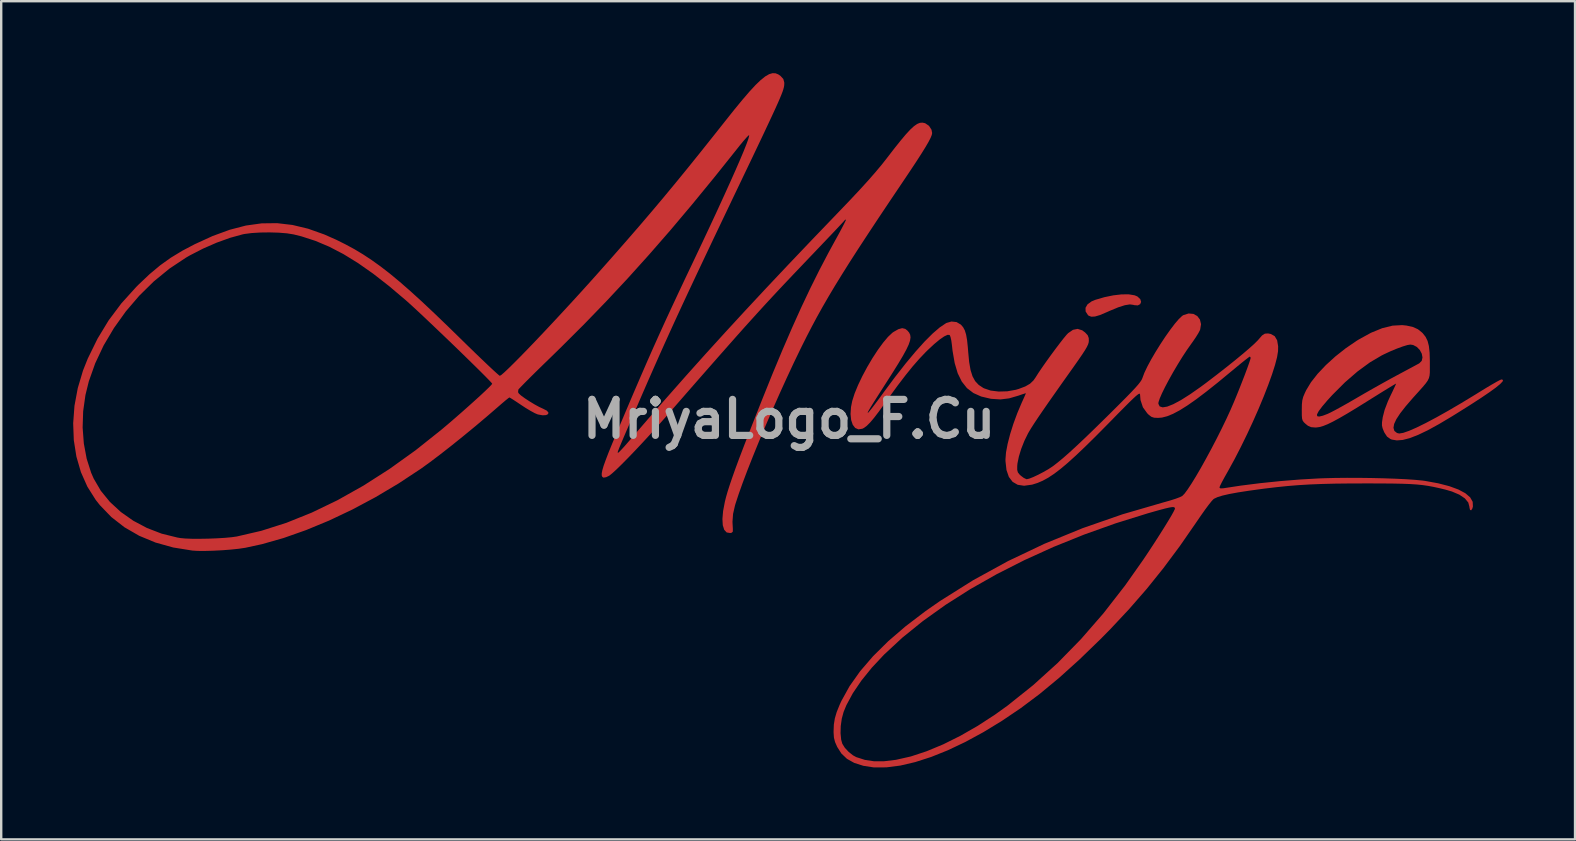
<source format=kicad_pcb>
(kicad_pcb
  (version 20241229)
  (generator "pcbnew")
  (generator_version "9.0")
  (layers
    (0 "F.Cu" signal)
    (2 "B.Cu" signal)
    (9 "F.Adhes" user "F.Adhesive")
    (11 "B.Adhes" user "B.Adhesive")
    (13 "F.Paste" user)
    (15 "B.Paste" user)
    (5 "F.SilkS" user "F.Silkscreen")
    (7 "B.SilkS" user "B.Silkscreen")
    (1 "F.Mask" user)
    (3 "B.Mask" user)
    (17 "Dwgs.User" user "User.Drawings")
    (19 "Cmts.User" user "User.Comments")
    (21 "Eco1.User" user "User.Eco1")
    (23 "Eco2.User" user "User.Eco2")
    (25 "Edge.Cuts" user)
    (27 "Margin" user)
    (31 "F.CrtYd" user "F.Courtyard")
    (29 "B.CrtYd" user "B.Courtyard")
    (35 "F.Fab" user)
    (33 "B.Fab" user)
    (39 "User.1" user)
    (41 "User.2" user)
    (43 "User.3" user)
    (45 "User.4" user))
  (footprint "MriyaLogo_F.Cu"
    (layer "F.Cu")
    (at 29.838 14.417)
    (property "Reference" "MriyaLogo_F.Cu" (at 0 0 0) (layer "F.Fab") (effects (font (size 1.5 1.5) (thickness 0.3))))
    (attr board_only exclude_from_pos_files exclude_from_bom)
    (fp_poly (pts (xy 14.399 -5.16) (xy 14.516 -5.111) (xy 14.636 -5) (xy 14.671 -4.886) (xy 14.633 -4.791) (xy 14.532 -4.738) (xy 14.38 -4.75) (xy 14.349 -4.761) (xy 14.202 -4.78) (xy 13.994 -4.747) (xy 13.719 -4.659) (xy 13.37 -4.515) (xy 13.238 -4.456) (xy 12.959 -4.337) (xy 12.748 -4.275) (xy 12.594 -4.267) (xy 12.483 -4.311) (xy 12.456 -4.334) (xy 12.358 -4.486) (xy 12.354 -4.639) (xy 12.438 -4.783) (xy 12.607 -4.906) (xy 12.754 -4.968) (xy 13.14 -5.081) (xy 13.515 -5.158) (xy 13.861 -5.198) (xy 14.161 -5.199)) (stroke (width 0) (type solid)) (fill yes) (layer "F.Cu"))
    (fp_poly (pts (xy 25.733 -3.898) (xy 26.002 -3.838) (xy 26.207 -3.745) (xy 26.384 -3.603) (xy 26.413 -3.573) (xy 26.528 -3.427) (xy 26.611 -3.257) (xy 26.665 -3.045) (xy 26.695 -2.774) (xy 26.705 -2.425) (xy 26.705 -2.33) (xy 26.705 -2.113) (xy 26.705 -1.948) (xy 26.694 -1.819) (xy 26.667 -1.709) (xy 26.615 -1.602) (xy 26.531 -1.483) (xy 26.405 -1.334) (xy 26.232 -1.14) (xy 26.009 -0.893) (xy 25.702 -0.538) (xy 25.469 -0.24) (xy 25.308 0.005) (xy 25.216 0.204) (xy 25.189 0.362) (xy 25.224 0.484) (xy 25.232 0.497) (xy 25.338 0.58) (xy 25.43 0.601) (xy 25.597 0.573) (xy 25.839 0.489) (xy 26.153 0.352) (xy 26.533 0.165) (xy 26.974 -0.069) (xy 27.471 -0.348) (xy 28.018 -0.668) (xy 28.611 -1.028) (xy 28.798 -1.144) (xy 29.057 -1.303) (xy 29.29 -1.441) (xy 29.482 -1.551) (xy 29.62 -1.625) (xy 29.689 -1.653) (xy 29.691 -1.653) (xy 29.755 -1.632) (xy 29.737 -1.568) (xy 29.635 -1.461) (xy 29.45 -1.309) (xy 29.179 -1.113) (xy 28.823 -0.872) (xy 28.38 -0.585) (xy 27.85 -0.252) (xy 27.629 -0.115) (xy 27.091 0.206) (xy 26.622 0.464) (xy 26.216 0.658) (xy 25.869 0.793) (xy 25.575 0.869) (xy 25.328 0.888) (xy 25.122 0.854) (xy 25.06 0.829) (xy 24.921 0.73) (xy 24.81 0.561) (xy 24.789 0.515) (xy 24.734 0.378) (xy 24.709 0.263) (xy 24.711 0.132) (xy 24.738 -0.055) (xy 24.741 -0.075) (xy 24.819 -0.38) (xy 24.956 -0.74) (xy 25.05 -0.944) (xy 25.149 -1.15) (xy 25.229 -1.32) (xy 25.282 -1.437) (xy 25.3 -1.48) (xy 25.259 -1.459) (xy 25.145 -1.392) (xy 24.967 -1.284) (xy 24.737 -1.143) (xy 24.466 -0.974) (xy 24.164 -0.786) (xy 24.135 -0.767) (xy 23.667 -0.476) (xy 23.273 -0.237) (xy 22.944 -0.046) (xy 22.672 0.102) (xy 22.448 0.212) (xy 22.263 0.286) (xy 22.109 0.331) (xy 21.977 0.349) (xy 21.934 0.351) (xy 21.757 0.336) (xy 21.625 0.279) (xy 21.531 0.204) (xy 21.453 0.131) (xy 21.405 0.063) (xy 21.379 -0.024) (xy 21.369 -0.157) (xy 21.369 -0.197) (xy 22.002 -0.197) (xy 22.008 -0.123) (xy 22.09 -0.105) (xy 22.247 -0.142) (xy 22.444 -0.217) (xy 22.572 -0.278) (xy 22.768 -0.38) (xy 23.014 -0.514) (xy 23.291 -0.67) (xy 23.582 -0.838) (xy 23.63 -0.866) (xy 23.972 -1.065) (xy 24.351 -1.281) (xy 24.734 -1.496) (xy 25.09 -1.693) (xy 25.334 -1.825) (xy 25.6 -1.967) (xy 25.844 -2.098) (xy 26.049 -2.208) (xy 26.197 -2.288) (xy 26.264 -2.324) (xy 26.367 -2.428) (xy 26.398 -2.569) (xy 26.368 -2.727) (xy 26.286 -2.88) (xy 26.163 -3.007) (xy 26.009 -3.088) (xy 25.891 -3.106) (xy 25.765 -3.085) (xy 25.572 -3.026) (xy 25.335 -2.939) (xy 25.074 -2.831) (xy 24.813 -2.71) (xy 24.709 -2.659) (xy 24.211 -2.366) (xy 23.693 -1.987) (xy 23.167 -1.532) (xy 22.646 -1.011) (xy 22.437 -0.783) (xy 22.217 -0.524) (xy 22.072 -0.33) (xy 22.002 -0.197) (xy 21.369 -0.197) (xy 21.368 -0.362) (xy 21.368 -0.389) (xy 21.372 -0.616) (xy 21.389 -0.782) (xy 21.427 -0.927) (xy 21.496 -1.09) (xy 21.553 -1.208) (xy 21.752 -1.537) (xy 22.029 -1.889) (xy 22.372 -2.251) (xy 22.765 -2.609) (xy 23.195 -2.949) (xy 23.646 -3.258) (xy 23.745 -3.319) (xy 24.253 -3.598) (xy 24.72 -3.789) (xy 25.151 -3.895) (xy 25.55 -3.917)) (stroke (width 0) (type solid)) (fill yes) (layer "F.Cu"))
    (fp_poly (pts (xy -0.564 -14.412) (xy -0.446 -14.364) (xy -0.355 -14.299) (xy -0.241 -14.174) (xy -0.202 -14.035) (xy -0.2 -13.999) (xy -0.202 -13.945) (xy -0.207 -13.887) (xy -0.22 -13.821) (xy -0.242 -13.74) (xy -0.275 -13.64) (xy -0.324 -13.514) (xy -0.389 -13.356) (xy -0.474 -13.161) (xy -0.581 -12.924) (xy -0.713 -12.638) (xy -0.872 -12.298) (xy -1.06 -11.897) (xy -1.281 -11.432) (xy -1.537 -10.894) (xy -1.831 -10.28) (xy -2.164 -9.583) (xy -2.279 -9.343) (xy -2.723 -8.413) (xy -3.128 -7.564) (xy -3.497 -6.786) (xy -3.835 -6.072) (xy -4.145 -5.412) (xy -4.432 -4.797) (xy -4.7 -4.218) (xy -4.952 -3.667) (xy -5.194 -3.133) (xy -5.429 -2.609) (xy -5.661 -2.085) (xy -5.895 -1.553) (xy -6.135 -1.002) (xy -6.362 -0.476) (xy -6.562 -0.011) (xy -6.726 0.37) (xy -6.858 0.675) (xy -6.959 0.914) (xy -7.035 1.094) (xy -7.088 1.223) (xy -7.121 1.31) (xy -7.139 1.363) (xy -7.144 1.391) (xy -7.139 1.401) (xy -7.129 1.403) (xy -7.125 1.403) (xy -7.08 1.367) (xy -6.985 1.269) (xy -6.854 1.126) (xy -6.713 0.964) (xy -5.896 0.016) (xy -5.092 -0.904) (xy -4.294 -1.808) (xy -3.491 -2.704) (xy -2.672 -3.605) (xy -1.83 -4.52) (xy -0.953 -5.461) (xy -0.032 -6.438) (xy 0.942 -7.461) (xy 1.979 -8.541) (xy 2.029 -8.593) (xy 2.517 -9.103) (xy 2.938 -9.552) (xy 3.299 -9.948) (xy 3.605 -10.298) (xy 3.865 -10.609) (xy 4.054 -10.849) (xy 4.371 -11.26) (xy 4.637 -11.594) (xy 4.86 -11.86) (xy 5.045 -12.061) (xy 5.201 -12.205) (xy 5.334 -12.299) (xy 5.45 -12.347) (xy 5.557 -12.356) (xy 5.661 -12.334) (xy 5.674 -12.329) (xy 5.831 -12.222) (xy 5.935 -12.061) (xy 5.962 -11.923) (xy 5.946 -11.842) (xy 5.897 -11.72) (xy 5.811 -11.553) (xy 5.684 -11.335) (xy 5.512 -11.058) (xy 5.292 -10.717) (xy 5.02 -10.307) (xy 4.743 -9.894) (xy 4.202 -9.09) (xy 3.714 -8.36) (xy 3.275 -7.696) (xy 2.879 -7.091) (xy 2.523 -6.538) (xy 2.202 -6.027) (xy 1.91 -5.553) (xy 1.644 -5.107) (xy 1.398 -4.681) (xy 1.168 -4.269) (xy 0.95 -3.862) (xy 0.738 -3.452) (xy 0.528 -3.033) (xy 0.478 -2.931) (xy 0.187 -2.328) (xy -0.109 -1.692) (xy -0.407 -1.036) (xy -0.701 -0.371) (xy -0.986 0.291) (xy -1.258 0.938) (xy -1.51 1.558) (xy -1.739 2.138) (xy -1.939 2.668) (xy -2.105 3.135) (xy -2.233 3.526) (xy -2.256 3.605) (xy -2.335 3.95) (xy -2.36 4.282) (xy -2.344 4.584) (xy -2.347 4.693) (xy -2.399 4.739) (xy -2.457 4.749) (xy -2.602 4.724) (xy -2.704 4.614) (xy -2.764 4.424) (xy -2.779 4.162) (xy -2.751 3.834) (xy -2.677 3.445) (xy -2.63 3.256) (xy -2.565 3.028) (xy -2.478 2.755) (xy -2.368 2.432) (xy -2.233 2.052) (xy -2.069 1.61) (xy -1.874 1.099) (xy -1.648 0.514) (xy -1.386 -0.152) (xy -1.124 -0.813) (xy -0.69 -1.89) (xy -0.276 -2.883) (xy 0.121 -3.8) (xy 0.506 -4.654) (xy 0.885 -5.454) (xy 1.263 -6.213) (xy 1.644 -6.94) (xy 1.917 -7.44) (xy 2.062 -7.703) (xy 2.187 -7.936) (xy 2.285 -8.125) (xy 2.349 -8.255) (xy 2.371 -8.313) (xy 2.37 -8.315) (xy 2.33 -8.304) (xy 2.314 -8.284) (xy 2.273 -8.237) (xy 2.17 -8.126) (xy 2.013 -7.958) (xy 1.809 -7.742) (xy 1.565 -7.486) (xy 1.29 -7.197) (xy 0.991 -6.883) (xy 0.871 -6.758) (xy 0.515 -6.384) (xy 0.186 -6.039) (xy -0.122 -5.714) (xy -0.414 -5.404) (xy -0.696 -5.101) (xy -0.976 -4.799) (xy -1.258 -4.49) (xy -1.549 -4.169) (xy -1.856 -3.829) (xy -2.183 -3.462) (xy -2.537 -3.062) (xy -2.925 -2.622) (xy -3.352 -2.136) (xy -3.825 -1.597) (xy -4.349 -0.997) (xy -4.93 -0.331) (xy -5.132 -0.1) (xy -5.454 0.264) (xy -5.781 0.627) (xy -6.105 0.979) (xy -6.417 1.311) (xy -6.708 1.614) (xy -6.97 1.879) (xy -7.193 2.097) (xy -7.37 2.258) (xy -7.491 2.355) (xy -7.503 2.363) (xy -7.628 2.422) (xy -7.727 2.439) (xy -7.742 2.436) (xy -7.786 2.406) (xy -7.809 2.349) (xy -7.809 2.26) (xy -7.784 2.129) (xy -7.731 1.949) (xy -7.647 1.713) (xy -7.531 1.411) (xy -7.379 1.036) (xy -7.189 0.581) (xy -7.111 0.394) (xy -6.777 -0.395) (xy -6.474 -1.108) (xy -6.194 -1.758) (xy -5.931 -2.364) (xy -5.677 -2.939) (xy -5.425 -3.501) (xy -5.169 -4.064) (xy -4.9 -4.645) (xy -4.613 -5.259) (xy -4.3 -5.923) (xy -4.007 -6.538) (xy -3.645 -7.302) (xy -3.307 -8.021) (xy -2.995 -8.692) (xy -2.711 -9.311) (xy -2.457 -9.872) (xy -2.234 -10.372) (xy -2.045 -10.806) (xy -1.892 -11.17) (xy -1.777 -11.46) (xy -1.7 -11.671) (xy -1.666 -11.799) (xy -1.665 -11.834) (xy -1.7 -11.813) (xy -1.784 -11.726) (xy -1.907 -11.585) (xy -2.058 -11.402) (xy -2.128 -11.313) (xy -3.1 -10.096) (xy -4.035 -8.955) (xy -4.943 -7.877) (xy -5.837 -6.852) (xy -6.726 -5.865) (xy -7.622 -4.906) (xy -8.535 -3.962) (xy -9.477 -3.022) (xy -9.962 -2.548) (xy -10.26 -2.259) (xy -10.536 -1.989) (xy -10.781 -1.747) (xy -10.987 -1.541) (xy -11.145 -1.38) (xy -11.247 -1.273) (xy -11.284 -1.23) (xy -11.296 -1.121) (xy -11.264 -1.066) (xy -11.17 -0.981) (xy -11.012 -0.866) (xy -10.816 -0.738) (xy -10.608 -0.612) (xy -10.412 -0.505) (xy -10.254 -0.432) (xy -10.252 -0.431) (xy -10.097 -0.351) (xy -10.031 -0.274) (xy -10.045 -0.209) (xy -10.128 -0.167) (xy -10.271 -0.158) (xy -10.462 -0.192) (xy -10.484 -0.198) (xy -10.605 -0.25) (xy -10.781 -0.346) (xy -10.987 -0.47) (xy -11.153 -0.579) (xy -11.344 -0.707) (xy -11.503 -0.811) (xy -11.613 -0.879) (xy -11.657 -0.902) (xy -11.703 -0.871) (xy -11.808 -0.787) (xy -11.955 -0.663) (xy -12.092 -0.544) (xy -12.577 -0.125) (xy -13.078 0.298) (xy -13.583 0.713) (xy -14.074 1.108) (xy -14.538 1.471) (xy -14.96 1.79) (xy -15.325 2.054) (xy -15.348 2.07) (xy -16.278 2.684) (xy -17.234 3.252) (xy -18.202 3.769) (xy -19.172 4.229) (xy -20.132 4.626) (xy -21.068 4.956) (xy -21.97 5.213) (xy -22.662 5.363) (xy -22.936 5.404) (xy -23.27 5.439) (xy -23.636 5.467) (xy -24.008 5.486) (xy -24.359 5.495) (xy -24.662 5.493) (xy -24.874 5.479) (xy -25.669 5.351) (xy -26.407 5.145) (xy -27.085 4.864) (xy -27.7 4.509) (xy -28.248 4.082) (xy -28.728 3.584) (xy -28.9 3.366) (xy -29.248 2.814) (xy -29.516 2.21) (xy -29.704 1.562) (xy -29.812 0.879) (xy -29.832 0.352) (xy -29.444 0.352) (xy -29.394 1.018) (xy -29.275 1.653) (xy -29.088 2.239) (xy -28.98 2.485) (xy -28.685 2.989) (xy -28.305 3.454) (xy -27.851 3.872) (xy -27.333 4.236) (xy -26.762 4.539) (xy -26.149 4.775) (xy -25.502 4.935) (xy -25.371 4.958) (xy -25.168 4.977) (xy -24.89 4.988) (xy -24.561 4.989) (xy -24.206 4.983) (xy -23.848 4.969) (xy -23.513 4.949) (xy -23.224 4.922) (xy -23.02 4.893) (xy -21.998 4.656) (xy -20.955 4.324) (xy -19.895 3.898) (xy -18.823 3.381) (xy -17.742 2.774) (xy -16.655 2.079) (xy -15.566 1.298) (xy -14.504 0.453) (xy -14.231 0.223) (xy -13.945 -0.023) (xy -13.656 -0.275) (xy -13.373 -0.526) (xy -13.107 -0.765) (xy -12.867 -0.983) (xy -12.664 -1.173) (xy -12.508 -1.324) (xy -12.408 -1.427) (xy -12.374 -1.474) (xy -12.409 -1.52) (xy -12.509 -1.626) (xy -12.665 -1.786) (xy -12.869 -1.99) (xy -13.113 -2.231) (xy -13.388 -2.5) (xy -13.686 -2.791) (xy -13.999 -3.094) (xy -14.319 -3.401) (xy -14.637 -3.705) (xy -14.945 -3.998) (xy -15.234 -4.272) (xy -15.497 -4.518) (xy -15.725 -4.729) (xy -15.91 -4.896) (xy -15.956 -4.937) (xy -16.667 -5.539) (xy -17.335 -6.06) (xy -17.968 -6.504) (xy -18.575 -6.877) (xy -19.164 -7.184) (xy -19.743 -7.428) (xy -20.32 -7.615) (xy -20.649 -7.697) (xy -20.927 -7.742) (xy -21.273 -7.77) (xy -21.654 -7.781) (xy -22.04 -7.776) (xy -22.399 -7.754) (xy -22.7 -7.715) (xy -22.777 -7.699) (xy -23.296 -7.556) (xy -23.856 -7.354) (xy -24.424 -7.106) (xy -24.969 -6.826) (xy -25.139 -6.728) (xy -25.826 -6.271) (xy -26.478 -5.738) (xy -27.086 -5.14) (xy -27.643 -4.489) (xy -28.139 -3.795) (xy -28.568 -3.071) (xy -28.919 -2.327) (xy -29.186 -1.574) (xy -29.327 -1.002) (xy -29.422 -0.328) (xy -29.444 0.352) (xy -29.832 0.352) (xy -29.838 0.17) (xy -29.784 -0.556) (xy -29.647 -1.29) (xy -29.429 -2.023) (xy -29.231 -2.52) (xy -28.823 -3.352) (xy -28.361 -4.113) (xy -27.829 -4.824) (xy -27.213 -5.505) (xy -27.108 -5.611) (xy -26.652 -6.042) (xy -26.216 -6.406) (xy -25.772 -6.724) (xy -25.289 -7.017) (xy -24.774 -7.288) (xy -24.022 -7.632) (xy -23.314 -7.891) (xy -22.638 -8.067) (xy -21.983 -8.158) (xy -21.34 -8.166) (xy -20.697 -8.091) (xy -20.043 -7.934) (xy -19.369 -7.694) (xy -18.862 -7.469) (xy -18.484 -7.28) (xy -18.118 -7.082) (xy -17.758 -6.866) (xy -17.397 -6.628) (xy -17.026 -6.362) (xy -16.638 -6.062) (xy -16.227 -5.721) (xy -15.783 -5.333) (xy -15.3 -4.894) (xy -14.771 -4.396) (xy -14.188 -3.835) (xy -13.712 -3.37) (xy -13.38 -3.045) (xy -13.069 -2.743) (xy -12.786 -2.471) (xy -12.538 -2.235) (xy -12.334 -2.044) (xy -12.18 -1.904) (xy -12.084 -1.822) (xy -12.055 -1.804) (xy -11.994 -1.84) (xy -11.873 -1.944) (xy -11.697 -2.11) (xy -11.472 -2.331) (xy -11.204 -2.601) (xy -10.899 -2.914) (xy -10.564 -3.263) (xy -10.205 -3.642) (xy -9.827 -4.045) (xy -9.437 -4.465) (xy -9.04 -4.895) (xy -8.643 -5.33) (xy -8.252 -5.763) (xy -7.94 -6.112) (xy -7.321 -6.811) (xy -6.753 -7.459) (xy -6.221 -8.072) (xy -5.715 -8.665) (xy -5.221 -9.252) (xy -4.726 -9.85) (xy -4.218 -10.472) (xy -3.685 -11.134) (xy -3.114 -11.851) (xy -2.68 -12.399) (xy -2.287 -12.893) (xy -1.946 -13.308) (xy -1.651 -13.651) (xy -1.398 -13.924) (xy -1.181 -14.133) (xy -0.994 -14.282) (xy -0.833 -14.375) (xy -0.691 -14.417)) (stroke (width 0) (type solid)) (fill yes) (layer "F.Cu"))
    (fp_poly (pts (xy 16.849 -4.384) (xy 17.012 -4.295) (xy 17.123 -4.147) (xy 17.169 -3.956) (xy 17.133 -3.735) (xy 17.118 -3.697) (xy 17.055 -3.577) (xy 16.949 -3.407) (xy 16.819 -3.217) (xy 16.763 -3.14) (xy 16.58 -2.88) (xy 16.387 -2.587) (xy 16.193 -2.272) (xy 16.003 -1.95) (xy 15.827 -1.635) (xy 15.67 -1.339) (xy 15.541 -1.076) (xy 15.448 -0.861) (xy 15.396 -0.705) (xy 15.39 -0.639) (xy 15.446 -0.528) (xy 15.571 -0.489) (xy 15.761 -0.521) (xy 16.016 -0.623) (xy 16.335 -0.794) (xy 16.715 -1.035) (xy 17.155 -1.343) (xy 17.395 -1.521) (xy 17.816 -1.843) (xy 18.213 -2.153) (xy 18.578 -2.445) (xy 18.902 -2.712) (xy 19.175 -2.945) (xy 19.39 -3.138) (xy 19.536 -3.284) (xy 19.582 -3.337) (xy 19.713 -3.487) (xy 19.83 -3.561) (xy 19.963 -3.57) (xy 20.081 -3.546) (xy 20.239 -3.456) (xy 20.34 -3.285) (xy 20.382 -3.037) (xy 20.378 -2.828) (xy 20.337 -2.579) (xy 20.252 -2.254) (xy 20.128 -1.865) (xy 19.969 -1.424) (xy 19.781 -0.942) (xy 19.568 -0.43) (xy 19.335 0.098) (xy 19.087 0.632) (xy 18.828 1.161) (xy 18.565 1.672) (xy 18.301 2.153) (xy 18.255 2.235) (xy 18.134 2.449) (xy 18.034 2.635) (xy 17.965 2.774) (xy 17.936 2.847) (xy 17.935 2.851) (xy 17.979 2.889) (xy 18.098 2.883) (xy 18.836 2.771) (xy 19.64 2.67) (xy 20.474 2.584) (xy 21.305 2.517) (xy 22.096 2.472) (xy 22.294 2.465) (xy 22.752 2.453) (xy 23.247 2.448) (xy 23.762 2.449) (xy 24.283 2.456) (xy 24.793 2.468) (xy 25.274 2.485) (xy 25.713 2.506) (xy 26.091 2.532) (xy 26.393 2.561) (xy 26.506 2.576) (xy 27.053 2.676) (xy 27.516 2.796) (xy 27.895 2.935) (xy 28.185 3.09) (xy 28.384 3.261) (xy 28.49 3.446) (xy 28.5 3.644) (xy 28.476 3.728) (xy 28.426 3.802) (xy 28.38 3.785) (xy 28.356 3.688) (xy 28.356 3.664) (xy 28.307 3.478) (xy 28.165 3.305) (xy 27.935 3.15) (xy 27.625 3.018) (xy 27.354 2.939) (xy 27.093 2.876) (xy 26.856 2.825) (xy 26.63 2.783) (xy 26.401 2.75) (xy 26.155 2.725) (xy 25.88 2.707) (xy 25.562 2.695) (xy 25.188 2.687) (xy 24.745 2.683) (xy 24.218 2.681) (xy 24.047 2.681) (xy 23.355 2.683) (xy 22.746 2.69) (xy 22.202 2.704) (xy 21.705 2.724) (xy 21.238 2.752) (xy 20.784 2.789) (xy 20.325 2.836) (xy 19.843 2.893) (xy 19.714 2.91) (xy 19.167 2.985) (xy 18.714 3.055) (xy 18.348 3.122) (xy 18.065 3.187) (xy 17.857 3.251) (xy 17.718 3.316) (xy 17.679 3.344) (xy 17.605 3.425) (xy 17.487 3.573) (xy 17.337 3.775) (xy 17.167 4.016) (xy 16.986 4.279) (xy 16.97 4.303) (xy 16.285 5.292) (xy 15.604 6.207) (xy 14.908 7.073) (xy 14.178 7.911) (xy 13.395 8.748) (xy 12.978 9.171) (xy 12.099 10.022) (xy 11.254 10.784) (xy 10.44 11.458) (xy 9.651 12.05) (xy 9.647 12.052) (xy 8.868 12.578) (xy 8.101 13.046) (xy 7.35 13.454) (xy 6.622 13.8) (xy 5.922 14.081) (xy 5.257 14.295) (xy 4.633 14.441) (xy 4.055 14.515) (xy 3.53 14.517) (xy 3.093 14.45) (xy 2.712 14.328) (xy 2.412 14.16) (xy 2.178 13.937) (xy 2.005 13.664) (xy 1.915 13.46) (xy 1.869 13.28) (xy 1.856 13.092) (xy 2.144 13.092) (xy 2.17 13.361) (xy 2.218 13.531) (xy 2.321 13.697) (xy 2.482 13.87) (xy 2.666 14.016) (xy 2.799 14.088) (xy 3.16 14.204) (xy 3.539 14.261) (xy 3.958 14.26) (xy 4.437 14.203) (xy 4.462 14.199) (xy 5.075 14.06) (xy 5.733 13.843) (xy 6.425 13.555) (xy 7.138 13.2) (xy 7.863 12.784) (xy 8.588 12.313) (xy 9.112 11.936) (xy 10.175 11.086) (xy 11.191 10.166) (xy 12.164 9.171) (xy 13.101 8.095) (xy 14.006 6.931) (xy 14.761 5.86) (xy 14.993 5.513) (xy 15.219 5.168) (xy 15.433 4.835) (xy 15.627 4.527) (xy 15.795 4.254) (xy 15.931 4.027) (xy 16.026 3.856) (xy 16.076 3.752) (xy 16.082 3.73) (xy 16.072 3.692) (xy 16.037 3.67) (xy 15.965 3.667) (xy 15.846 3.686) (xy 15.667 3.728) (xy 15.419 3.794) (xy 15.09 3.887) (xy 14.943 3.929) (xy 13.599 4.348) (xy 12.291 4.815) (xy 11.024 5.326) (xy 9.808 5.878) (xy 8.648 6.466) (xy 7.552 7.087) (xy 6.527 7.738) (xy 5.58 8.414) (xy 4.718 9.111) (xy 3.956 9.818) (xy 3.447 10.362) (xy 3.013 10.899) (xy 2.658 11.422) (xy 2.388 11.923) (xy 2.271 12.207) (xy 2.196 12.483) (xy 2.153 12.789) (xy 2.144 13.092) (xy 1.856 13.092) (xy 1.854 13.068) (xy 1.854 13.015) (xy 1.865 12.732) (xy 1.906 12.475) (xy 1.983 12.212) (xy 2.104 11.912) (xy 2.179 11.748) (xy 2.52 11.131) (xy 2.96 10.509) (xy 3.498 9.884) (xy 4.133 9.256) (xy 4.864 8.628) (xy 5.691 7.999) (xy 6.287 7.584) (xy 7.672 6.714) (xy 9.124 5.918) (xy 10.645 5.195) (xy 12.233 4.546) (xy 13.889 3.97) (xy 15.613 3.468) (xy 15.652 3.458) (xy 15.897 3.388) (xy 16.118 3.317) (xy 16.29 3.252) (xy 16.387 3.203) (xy 16.481 3.107) (xy 16.611 2.931) (xy 16.772 2.687) (xy 16.957 2.386) (xy 17.16 2.038) (xy 17.374 1.654) (xy 17.594 1.247) (xy 17.814 0.826) (xy 18.027 0.402) (xy 18.227 -0.012) (xy 18.408 -0.406) (xy 18.427 -0.451) (xy 18.533 -0.696) (xy 18.649 -0.976) (xy 18.769 -1.273) (xy 18.887 -1.574) (xy 18.998 -1.86) (xy 19.094 -2.118) (xy 19.17 -2.33) (xy 19.22 -2.482) (xy 19.238 -2.556) (xy 19.209 -2.603) (xy 19.2 -2.604) (xy 19.152 -2.573) (xy 19.04 -2.487) (xy 18.875 -2.356) (xy 18.672 -2.19) (xy 18.441 -1.998) (xy 18.411 -1.974) (xy 17.868 -1.525) (xy 17.389 -1.144) (xy 16.969 -0.826) (xy 16.602 -0.569) (xy 16.282 -0.368) (xy 16.002 -0.219) (xy 15.758 -0.119) (xy 15.543 -0.064) (xy 15.38 -0.05) (xy 15.214 -0.058) (xy 15.1 -0.095) (xy 14.988 -0.181) (xy 14.929 -0.239) (xy 14.746 -0.492) (xy 14.646 -0.793) (xy 14.629 -0.995) (xy 14.626 -1.035) (xy 14.614 -1.058) (xy 14.586 -1.057) (xy 14.535 -1.026) (xy 14.455 -0.961) (xy 14.34 -0.855) (xy 14.182 -0.702) (xy 13.977 -0.497) (xy 13.716 -0.234) (xy 13.395 0.094) (xy 13.269 0.222) (xy 12.774 0.722) (xy 12.337 1.152) (xy 11.953 1.517) (xy 11.614 1.824) (xy 11.314 2.076) (xy 11.045 2.281) (xy 10.8 2.443) (xy 10.573 2.567) (xy 10.357 2.66) (xy 10.145 2.727) (xy 10.116 2.734) (xy 9.794 2.778) (xy 9.527 2.738) (xy 9.315 2.615) (xy 9.159 2.41) (xy 9.06 2.123) (xy 9.019 1.756) (xy 9.018 1.674) (xy 9.041 1.386) (xy 9.108 1.031) (xy 9.212 0.627) (xy 9.348 0.195) (xy 9.511 -0.248) (xy 9.693 -0.678) (xy 9.773 -0.854) (xy 9.834 -0.992) (xy 9.867 -1.069) (xy 9.869 -1.077) (xy 9.827 -1.068) (xy 9.714 -1.032) (xy 9.556 -0.977) (xy 9.17 -0.864) (xy 8.811 -0.82) (xy 8.441 -0.843) (xy 8.392 -0.85) (xy 8.006 -0.941) (xy 7.682 -1.086) (xy 7.413 -1.291) (xy 7.197 -1.564) (xy 7.027 -1.91) (xy 6.901 -2.336) (xy 6.812 -2.848) (xy 6.785 -3.093) (xy 6.76 -3.278) (xy 6.727 -3.424) (xy 6.692 -3.503) (xy 6.69 -3.506) (xy 6.605 -3.512) (xy 6.465 -3.447) (xy 6.274 -3.315) (xy 6.042 -3.122) (xy 5.775 -2.873) (xy 5.685 -2.784) (xy 5.422 -2.507) (xy 5.147 -2.192) (xy 4.853 -1.828) (xy 4.53 -1.405) (xy 4.169 -0.91) (xy 3.984 -0.651) (xy 3.741 -0.313) (xy 3.541 -0.052) (xy 3.377 0.142) (xy 3.24 0.279) (xy 3.122 0.367) (xy 3.053 0.402) (xy 2.89 0.428) (xy 2.754 0.369) (xy 2.652 0.235) (xy 2.586 0.038) (xy 2.561 -0.212) (xy 2.58 -0.502) (xy 2.632 -0.759) (xy 2.731 -1.07) (xy 2.875 -1.419) (xy 3.052 -1.79) (xy 3.255 -2.169) (xy 3.473 -2.538) (xy 3.697 -2.881) (xy 3.917 -3.183) (xy 4.123 -3.428) (xy 4.306 -3.6) (xy 4.352 -3.632) (xy 4.556 -3.748) (xy 4.713 -3.79) (xy 4.841 -3.76) (xy 4.932 -3.689) (xy 5.003 -3.605) (xy 5.047 -3.513) (xy 5.061 -3.405) (xy 5.041 -3.272) (xy 4.984 -3.105) (xy 4.886 -2.897) (xy 4.745 -2.639) (xy 4.556 -2.322) (xy 4.317 -1.938) (xy 4.087 -1.578) (xy 3.847 -1.203) (xy 3.656 -0.904) (xy 3.51 -0.673) (xy 3.404 -0.503) (xy 3.333 -0.384) (xy 3.292 -0.31) (xy 3.276 -0.272) (xy 3.281 -0.262) (xy 3.296 -0.269) (xy 3.342 -0.319) (xy 3.437 -0.437) (xy 3.57 -0.611) (xy 3.732 -0.828) (xy 3.912 -1.073) (xy 3.937 -1.109) (xy 4.413 -1.749) (xy 4.858 -2.318) (xy 5.271 -2.813) (xy 5.647 -3.232) (xy 5.986 -3.57) (xy 6.284 -3.826) (xy 6.538 -3.996) (xy 6.556 -4.006) (xy 6.768 -4.067) (xy 6.979 -4.044) (xy 7.158 -3.938) (xy 7.161 -3.936) (xy 7.253 -3.829) (xy 7.324 -3.696) (xy 7.377 -3.523) (xy 7.418 -3.291) (xy 7.45 -2.983) (xy 7.464 -2.804) (xy 7.504 -2.383) (xy 7.562 -2.047) (xy 7.644 -1.785) (xy 7.755 -1.582) (xy 7.902 -1.425) (xy 8.089 -1.301) (xy 8.126 -1.282) (xy 8.401 -1.189) (xy 8.733 -1.148) (xy 9.091 -1.158) (xy 9.447 -1.221) (xy 9.573 -1.258) (xy 9.844 -1.361) (xy 10.041 -1.474) (xy 10.187 -1.614) (xy 10.276 -1.742) (xy 10.389 -1.921) (xy 10.541 -2.145) (xy 10.717 -2.396) (xy 10.907 -2.66) (xy 11.099 -2.92) (xy 11.28 -3.159) (xy 11.438 -3.362) (xy 11.562 -3.511) (xy 11.63 -3.582) (xy 11.832 -3.721) (xy 12.025 -3.76) (xy 12.215 -3.701) (xy 12.335 -3.612) (xy 12.444 -3.496) (xy 12.488 -3.38) (xy 12.493 -3.265) (xy 12.485 -3.192) (xy 12.46 -3.111) (xy 12.412 -3.008) (xy 12.333 -2.873) (xy 12.218 -2.696) (xy 12.059 -2.464) (xy 11.85 -2.166) (xy 11.764 -2.045) (xy 11.386 -1.513) (xy 11.063 -1.054) (xy 10.789 -0.664) (xy 10.561 -0.334) (xy 10.373 -0.059) (xy 10.222 0.168) (xy 10.102 0.355) (xy 10.01 0.506) (xy 9.956 0.601) (xy 9.805 0.909) (xy 9.675 1.239) (xy 9.576 1.562) (xy 9.518 1.846) (xy 9.508 1.955) (xy 9.507 2.117) (xy 9.535 2.221) (xy 9.606 2.311) (xy 9.659 2.36) (xy 9.779 2.45) (xy 9.884 2.501) (xy 9.909 2.505) (xy 10.013 2.48) (xy 10.178 2.415) (xy 10.381 2.32) (xy 10.597 2.207) (xy 10.804 2.089) (xy 10.976 1.976) (xy 10.993 1.964) (xy 11.192 1.811) (xy 11.423 1.62) (xy 11.691 1.384) (xy 12.002 1.098) (xy 12.363 0.757) (xy 12.778 0.355) (xy 13.255 -0.113) (xy 13.407 -0.263) (xy 13.751 -0.606) (xy 14.03 -0.886) (xy 14.251 -1.113) (xy 14.42 -1.293) (xy 14.545 -1.434) (xy 14.632 -1.544) (xy 14.689 -1.63) (xy 14.722 -1.701) (xy 14.728 -1.719) (xy 14.808 -1.931) (xy 14.932 -2.192) (xy 15.091 -2.487) (xy 15.276 -2.803) (xy 15.476 -3.124) (xy 15.682 -3.436) (xy 15.886 -3.724) (xy 16.076 -3.974) (xy 16.244 -4.171) (xy 16.381 -4.3) (xy 16.432 -4.333) (xy 16.651 -4.402)) (stroke (width 0) (type solid)) (fill yes) (layer "F.Cu")))
  (gr_rect
    (start -3 -3)
    (end 62.594 31.933)
    (stroke (width 0.1) (type default))
    (fill no)
    (layer "Edge.Cuts")))
</source>
